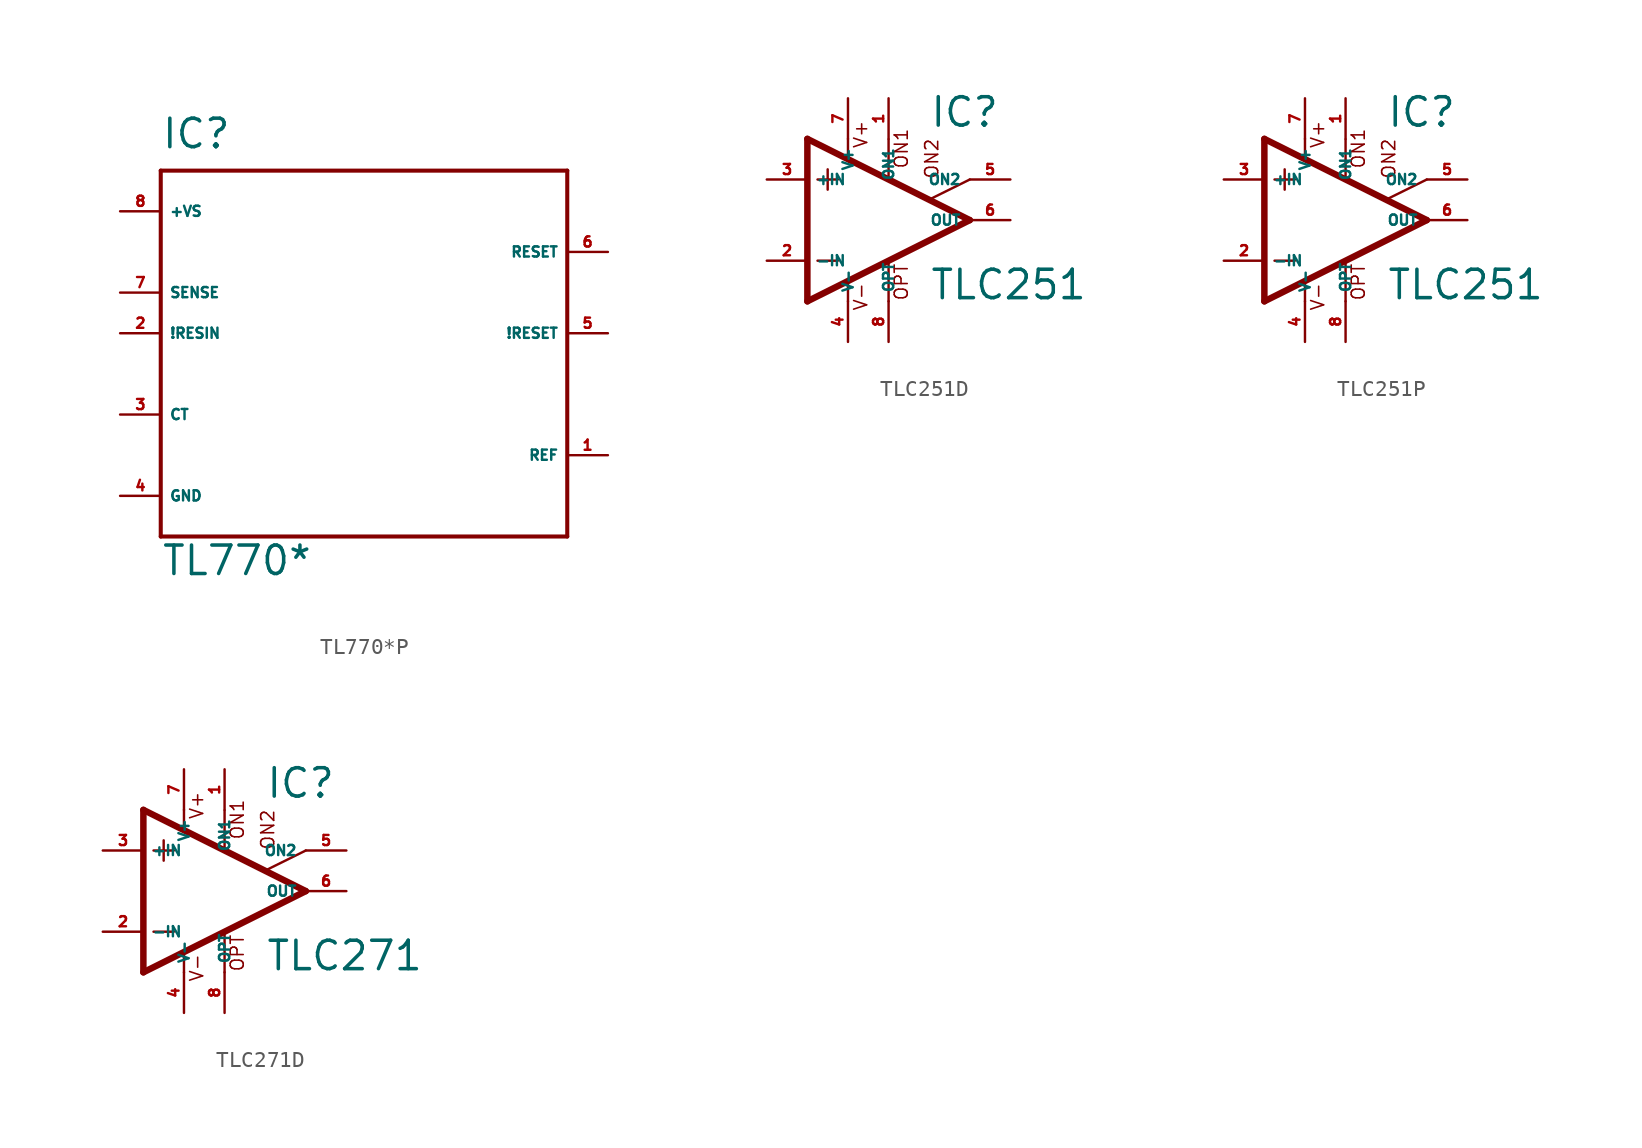
<source format=kicad_sym>
(kicad_symbol_lib
  (version 20220914)
  (generator Eagle2Kicad)
  (symbol "TL770*P"
    (property "Reference" "IC"
      (at -12.7 11.43 0)
      (effects (font (size 1.778 1.778) (thickness 0.22)) (justify left bottom)))
    (property "Value" "TL770*"
      (at -12.7 -15.24 0)
      (effects (font (size 1.778 1.778) (thickness 0.22)) (justify left bottom)))
    (polyline
      (pts (xy -12.7 10.16) (xy 12.7 10.16))
      (stroke (width 0.254) (type default))
      (fill (type none)))
    (polyline
      (pts (xy 12.7 10.16) (xy 12.7 -12.7))
      (stroke (width 0.254) (type default))
      (fill (type none)))
    (polyline
      (pts (xy 12.7 -12.7) (xy -12.7 -12.7))
      (stroke (width 0.254) (type default))
      (fill (type none)))
    (polyline
      (pts (xy -12.7 -12.7) (xy -12.7 10.16))
      (stroke (width 0.254) (type default))
      (fill (type none)))
    (pin input line
      (at -15.24 7.62 0)
      (length 2.54)
      (name "+VS" (effects (font (size 0.635 0.635) (thickness 0.08)) (justify left bottom)))
      (number "8" (effects (font (size 0.635 0.635) (thickness 0.08)) (justify left bottom))))
    (pin input line
      (at -15.24 -5.08 0)
      (length 2.54)
      (name "CT" (effects (font (size 0.635 0.635) (thickness 0.08)) (justify left bottom)))
      (number "3" (effects (font (size 0.635 0.635) (thickness 0.08)) (justify left bottom))))
    (pin input line
      (at -15.24 2.54 0)
      (length 2.54)
      (name "SENSE" (effects (font (size 0.635 0.635) (thickness 0.08)) (justify left bottom)))
      (number "7" (effects (font (size 0.635 0.635) (thickness 0.08)) (justify left bottom))))
    (pin input line
      (at -15.24 0 0)
      (length 2.54)
      (name "!RESIN" (effects (font (size 0.635 0.635) (thickness 0.08)) (justify left bottom)))
      (number "2" (effects (font (size 0.635 0.635) (thickness 0.08)) (justify left bottom))))
    (pin unspecified line
      (at -15.24 -10.16 0)
      (length 2.54)
      (name "GND" (effects (font (size 0.635 0.635) (thickness 0.08)) (justify left bottom)))
      (number "4" (effects (font (size 0.635 0.635) (thickness 0.08)) (justify left bottom))))
    (pin open_collector line
      (at 15.24 5.08 180)
      (length 2.54)
      (name "RESET" (effects (font (size 0.635 0.635) (thickness 0.08)) (justify left bottom)))
      (number "6" (effects (font (size 0.635 0.635) (thickness 0.08)) (justify left bottom))))
    (pin open_collector line
      (at 15.24 0 180)
      (length 2.54)
      (name "!RESET" (effects (font (size 0.635 0.635) (thickness 0.08)) (justify left bottom)))
      (number "5" (effects (font (size 0.635 0.635) (thickness 0.08)) (justify left bottom))))
    (pin input line
      (at 15.24 -7.62 180)
      (length 2.54)
      (name "REF" (effects (font (size 0.635 0.635) (thickness 0.08)) (justify left bottom)))
      (number "1" (effects (font (size 0.635 0.635) (thickness 0.08)) (justify left bottom)))))
  (symbol "TLC251D"
    (property "Reference" "IC"
      (at 2.54 5.715 0)
      (effects (font (size 1.778 1.778) (thickness 0.22)) (justify left bottom)))
    (property "Value" "TLC251"
      (at 2.54 -5.08 0)
      (effects (font (size 1.778 1.778) (thickness 0.22)) (justify left bottom)))
    (polyline
      (pts (xy -3.81 3.175) (xy -3.81 1.905))
      (stroke (width 0.152) (type default))
      (fill (type none)))
    (polyline
      (pts (xy -4.445 2.54) (xy -3.175 2.54))
      (stroke (width 0.152) (type default))
      (fill (type none)))
    (polyline
      (pts (xy -4.445 -2.54) (xy -3.175 -2.54))
      (stroke (width 0.152) (type default))
      (fill (type none)))
    (polyline
      (pts (xy -2.54 5.08) (xy -2.54 3.886))
      (stroke (width 0.152) (type default))
      (fill (type none)))
    (polyline
      (pts (xy 0 5.055) (xy 0 2.616))
      (stroke (width 0.152) (type default))
      (fill (type none)))
    (polyline
      (pts (xy 0 -2.616) (xy 0 -5.08))
      (stroke (width 0.152) (type default))
      (fill (type none)))
    (polyline
      (pts (xy -2.54 -3.912) (xy -2.54 -5.08))
      (stroke (width 0.152) (type default))
      (fill (type none)))
    (polyline
      (pts (xy 5.08 2.54) (xy 2.616 1.321))
      (stroke (width 0.152) (type default))
      (fill (type none)))
    (polyline
      (pts (xy 5.08 0) (xy -5.08 5.08))
      (stroke (width 0.406) (type default))
      (fill (type none)))
    (polyline
      (pts (xy -5.08 5.08) (xy -5.08 -5.08))
      (stroke (width 0.406) (type default))
      (fill (type none)))
    (polyline
      (pts (xy -5.08 -5.08) (xy 5.08 0))
      (stroke (width 0.406) (type default))
      (fill (type none)))
    (text "ON1"
      (at 1.27 3.175 900)
      (effects (font (size 0.813 0.813) (thickness 0.10)) (justify left bottom)))
    (text "ON2"
      (at 3.175 2.54 900)
      (effects (font (size 0.813 0.813) (thickness 0.10)) (justify left bottom)))
    (text "OPT"
      (at 1.27 -5.08 900)
      (effects (font (size 0.813 0.813) (thickness 0.10)) (justify left bottom)))
    (text "V+"
      (at -1.27 4.445 900)
      (effects (font (size 0.813 0.813) (thickness 0.10)) (justify left bottom)))
    (text "V-"
      (at -1.27 -5.715 900)
      (effects (font (size 0.813 0.813) (thickness 0.10)) (justify left bottom)))
    (pin passive line
      (at 7.62 2.54 180)
      (length 2.54)
      (name "ON2" (effects (font (size 0.635 0.635) (thickness 0.08)) (justify left bottom)))
      (number "5" (effects (font (size 0.635 0.635) (thickness 0.08)) (justify left bottom))))
    (pin passive line
      (at 0 7.62 270)
      (length 2.54)
      (name "ON1" (effects (font (size 0.635 0.635) (thickness 0.08)) (justify left bottom)))
      (number "1" (effects (font (size 0.635 0.635) (thickness 0.08)) (justify left bottom))))
    (pin input line
      (at -7.62 -2.54 0)
      (length 2.54)
      (name "-IN" (effects (font (size 0.635 0.635) (thickness 0.08)) (justify left bottom)))
      (number "2" (effects (font (size 0.635 0.635) (thickness 0.08)) (justify left bottom))))
    (pin input line
      (at -7.62 2.54 0)
      (length 2.54)
      (name "+IN" (effects (font (size 0.635 0.635) (thickness 0.08)) (justify left bottom)))
      (number "3" (effects (font (size 0.635 0.635) (thickness 0.08)) (justify left bottom))))
    (pin output line
      (at 7.62 0 180)
      (length 2.54)
      (name "OUT" (effects (font (size 0.635 0.635) (thickness 0.08)) (justify left bottom)))
      (number "6" (effects (font (size 0.635 0.635) (thickness 0.08)) (justify left bottom))))
    (pin passive line
      (at 0 -7.62 90)
      (length 2.54)
      (name "OPT" (effects (font (size 0.635 0.635) (thickness 0.08)) (justify left bottom)))
      (number "8" (effects (font (size 0.635 0.635) (thickness 0.08)) (justify left bottom))))
    (pin unspecified line
      (at -2.54 7.62 270)
      (length 2.54)
      (name "V+" (effects (font (size 0.635 0.635) (thickness 0.08)) (justify left bottom)))
      (number "7" (effects (font (size 0.635 0.635) (thickness 0.08)) (justify left bottom))))
    (pin unspecified line
      (at -2.54 -7.62 90)
      (length 2.54)
      (name "V-" (effects (font (size 0.635 0.635) (thickness 0.08)) (justify left bottom)))
      (number "4" (effects (font (size 0.635 0.635) (thickness 0.08)) (justify left bottom)))))
  (symbol "TLC251P"
    (property "Reference" "IC"
      (at 2.54 5.715 0)
      (effects (font (size 1.778 1.778) (thickness 0.22)) (justify left bottom)))
    (property "Value" "TLC251"
      (at 2.54 -5.08 0)
      (effects (font (size 1.778 1.778) (thickness 0.22)) (justify left bottom)))
    (polyline
      (pts (xy -3.81 3.175) (xy -3.81 1.905))
      (stroke (width 0.152) (type default))
      (fill (type none)))
    (polyline
      (pts (xy -4.445 2.54) (xy -3.175 2.54))
      (stroke (width 0.152) (type default))
      (fill (type none)))
    (polyline
      (pts (xy -4.445 -2.54) (xy -3.175 -2.54))
      (stroke (width 0.152) (type default))
      (fill (type none)))
    (polyline
      (pts (xy -2.54 5.08) (xy -2.54 3.886))
      (stroke (width 0.152) (type default))
      (fill (type none)))
    (polyline
      (pts (xy 0 5.055) (xy 0 2.616))
      (stroke (width 0.152) (type default))
      (fill (type none)))
    (polyline
      (pts (xy 0 -2.616) (xy 0 -5.08))
      (stroke (width 0.152) (type default))
      (fill (type none)))
    (polyline
      (pts (xy -2.54 -3.912) (xy -2.54 -5.08))
      (stroke (width 0.152) (type default))
      (fill (type none)))
    (polyline
      (pts (xy 5.08 2.54) (xy 2.616 1.321))
      (stroke (width 0.152) (type default))
      (fill (type none)))
    (polyline
      (pts (xy 5.08 0) (xy -5.08 5.08))
      (stroke (width 0.406) (type default))
      (fill (type none)))
    (polyline
      (pts (xy -5.08 5.08) (xy -5.08 -5.08))
      (stroke (width 0.406) (type default))
      (fill (type none)))
    (polyline
      (pts (xy -5.08 -5.08) (xy 5.08 0))
      (stroke (width 0.406) (type default))
      (fill (type none)))
    (text "ON1"
      (at 1.27 3.175 900)
      (effects (font (size 0.813 0.813) (thickness 0.10)) (justify left bottom)))
    (text "ON2"
      (at 3.175 2.54 900)
      (effects (font (size 0.813 0.813) (thickness 0.10)) (justify left bottom)))
    (text "OPT"
      (at 1.27 -5.08 900)
      (effects (font (size 0.813 0.813) (thickness 0.10)) (justify left bottom)))
    (text "V+"
      (at -1.27 4.445 900)
      (effects (font (size 0.813 0.813) (thickness 0.10)) (justify left bottom)))
    (text "V-"
      (at -1.27 -5.715 900)
      (effects (font (size 0.813 0.813) (thickness 0.10)) (justify left bottom)))
    (pin passive line
      (at 7.62 2.54 180)
      (length 2.54)
      (name "ON2" (effects (font (size 0.635 0.635) (thickness 0.08)) (justify left bottom)))
      (number "5" (effects (font (size 0.635 0.635) (thickness 0.08)) (justify left bottom))))
    (pin passive line
      (at 0 7.62 270)
      (length 2.54)
      (name "ON1" (effects (font (size 0.635 0.635) (thickness 0.08)) (justify left bottom)))
      (number "1" (effects (font (size 0.635 0.635) (thickness 0.08)) (justify left bottom))))
    (pin input line
      (at -7.62 -2.54 0)
      (length 2.54)
      (name "-IN" (effects (font (size 0.635 0.635) (thickness 0.08)) (justify left bottom)))
      (number "2" (effects (font (size 0.635 0.635) (thickness 0.08)) (justify left bottom))))
    (pin input line
      (at -7.62 2.54 0)
      (length 2.54)
      (name "+IN" (effects (font (size 0.635 0.635) (thickness 0.08)) (justify left bottom)))
      (number "3" (effects (font (size 0.635 0.635) (thickness 0.08)) (justify left bottom))))
    (pin output line
      (at 7.62 0 180)
      (length 2.54)
      (name "OUT" (effects (font (size 0.635 0.635) (thickness 0.08)) (justify left bottom)))
      (number "6" (effects (font (size 0.635 0.635) (thickness 0.08)) (justify left bottom))))
    (pin passive line
      (at 0 -7.62 90)
      (length 2.54)
      (name "OPT" (effects (font (size 0.635 0.635) (thickness 0.08)) (justify left bottom)))
      (number "8" (effects (font (size 0.635 0.635) (thickness 0.08)) (justify left bottom))))
    (pin unspecified line
      (at -2.54 7.62 270)
      (length 2.54)
      (name "V+" (effects (font (size 0.635 0.635) (thickness 0.08)) (justify left bottom)))
      (number "7" (effects (font (size 0.635 0.635) (thickness 0.08)) (justify left bottom))))
    (pin unspecified line
      (at -2.54 -7.62 90)
      (length 2.54)
      (name "V-" (effects (font (size 0.635 0.635) (thickness 0.08)) (justify left bottom)))
      (number "4" (effects (font (size 0.635 0.635) (thickness 0.08)) (justify left bottom)))))
  (symbol "TLC271D"
    (property "Reference" "IC"
      (at 2.54 5.715 0)
      (effects (font (size 1.778 1.778) (thickness 0.22)) (justify left bottom)))
    (property "Value" "TLC271"
      (at 2.54 -5.08 0)
      (effects (font (size 1.778 1.778) (thickness 0.22)) (justify left bottom)))
    (polyline
      (pts (xy -3.81 3.175) (xy -3.81 1.905))
      (stroke (width 0.152) (type default))
      (fill (type none)))
    (polyline
      (pts (xy -4.445 2.54) (xy -3.175 2.54))
      (stroke (width 0.152) (type default))
      (fill (type none)))
    (polyline
      (pts (xy -4.445 -2.54) (xy -3.175 -2.54))
      (stroke (width 0.152) (type default))
      (fill (type none)))
    (polyline
      (pts (xy -2.54 5.08) (xy -2.54 3.886))
      (stroke (width 0.152) (type default))
      (fill (type none)))
    (polyline
      (pts (xy 0 5.055) (xy 0 2.616))
      (stroke (width 0.152) (type default))
      (fill (type none)))
    (polyline
      (pts (xy 0 -2.616) (xy 0 -5.08))
      (stroke (width 0.152) (type default))
      (fill (type none)))
    (polyline
      (pts (xy -2.54 -3.912) (xy -2.54 -5.08))
      (stroke (width 0.152) (type default))
      (fill (type none)))
    (polyline
      (pts (xy 5.08 2.54) (xy 2.616 1.321))
      (stroke (width 0.152) (type default))
      (fill (type none)))
    (polyline
      (pts (xy 5.08 0) (xy -5.08 5.08))
      (stroke (width 0.406) (type default))
      (fill (type none)))
    (polyline
      (pts (xy -5.08 5.08) (xy -5.08 -5.08))
      (stroke (width 0.406) (type default))
      (fill (type none)))
    (polyline
      (pts (xy -5.08 -5.08) (xy 5.08 0))
      (stroke (width 0.406) (type default))
      (fill (type none)))
    (text "ON1"
      (at 1.27 3.175 900)
      (effects (font (size 0.813 0.813) (thickness 0.10)) (justify left bottom)))
    (text "ON2"
      (at 3.175 2.54 900)
      (effects (font (size 0.813 0.813) (thickness 0.10)) (justify left bottom)))
    (text "OPT"
      (at 1.27 -5.08 900)
      (effects (font (size 0.813 0.813) (thickness 0.10)) (justify left bottom)))
    (text "V+"
      (at -1.27 4.445 900)
      (effects (font (size 0.813 0.813) (thickness 0.10)) (justify left bottom)))
    (text "V-"
      (at -1.27 -5.715 900)
      (effects (font (size 0.813 0.813) (thickness 0.10)) (justify left bottom)))
    (pin passive line
      (at 7.62 2.54 180)
      (length 2.54)
      (name "ON2" (effects (font (size 0.635 0.635) (thickness 0.08)) (justify left bottom)))
      (number "5" (effects (font (size 0.635 0.635) (thickness 0.08)) (justify left bottom))))
    (pin passive line
      (at 0 7.62 270)
      (length 2.54)
      (name "ON1" (effects (font (size 0.635 0.635) (thickness 0.08)) (justify left bottom)))
      (number "1" (effects (font (size 0.635 0.635) (thickness 0.08)) (justify left bottom))))
    (pin input line
      (at -7.62 -2.54 0)
      (length 2.54)
      (name "-IN" (effects (font (size 0.635 0.635) (thickness 0.08)) (justify left bottom)))
      (number "2" (effects (font (size 0.635 0.635) (thickness 0.08)) (justify left bottom))))
    (pin input line
      (at -7.62 2.54 0)
      (length 2.54)
      (name "+IN" (effects (font (size 0.635 0.635) (thickness 0.08)) (justify left bottom)))
      (number "3" (effects (font (size 0.635 0.635) (thickness 0.08)) (justify left bottom))))
    (pin output line
      (at 7.62 0 180)
      (length 2.54)
      (name "OUT" (effects (font (size 0.635 0.635) (thickness 0.08)) (justify left bottom)))
      (number "6" (effects (font (size 0.635 0.635) (thickness 0.08)) (justify left bottom))))
    (pin passive line
      (at 0 -7.62 90)
      (length 2.54)
      (name "OPT" (effects (font (size 0.635 0.635) (thickness 0.08)) (justify left bottom)))
      (number "8" (effects (font (size 0.635 0.635) (thickness 0.08)) (justify left bottom))))
    (pin unspecified line
      (at -2.54 7.62 270)
      (length 2.54)
      (name "V+" (effects (font (size 0.635 0.635) (thickness 0.08)) (justify left bottom)))
      (number "7" (effects (font (size 0.635 0.635) (thickness 0.08)) (justify left bottom))))
    (pin unspecified line
      (at -2.54 -7.62 90)
      (length 2.54)
      (name "V-" (effects (font (size 0.635 0.635) (thickness 0.08)) (justify left bottom)))
      (number "4" (effects (font (size 0.635 0.635) (thickness 0.08)) (justify left bottom))))))
</source>
